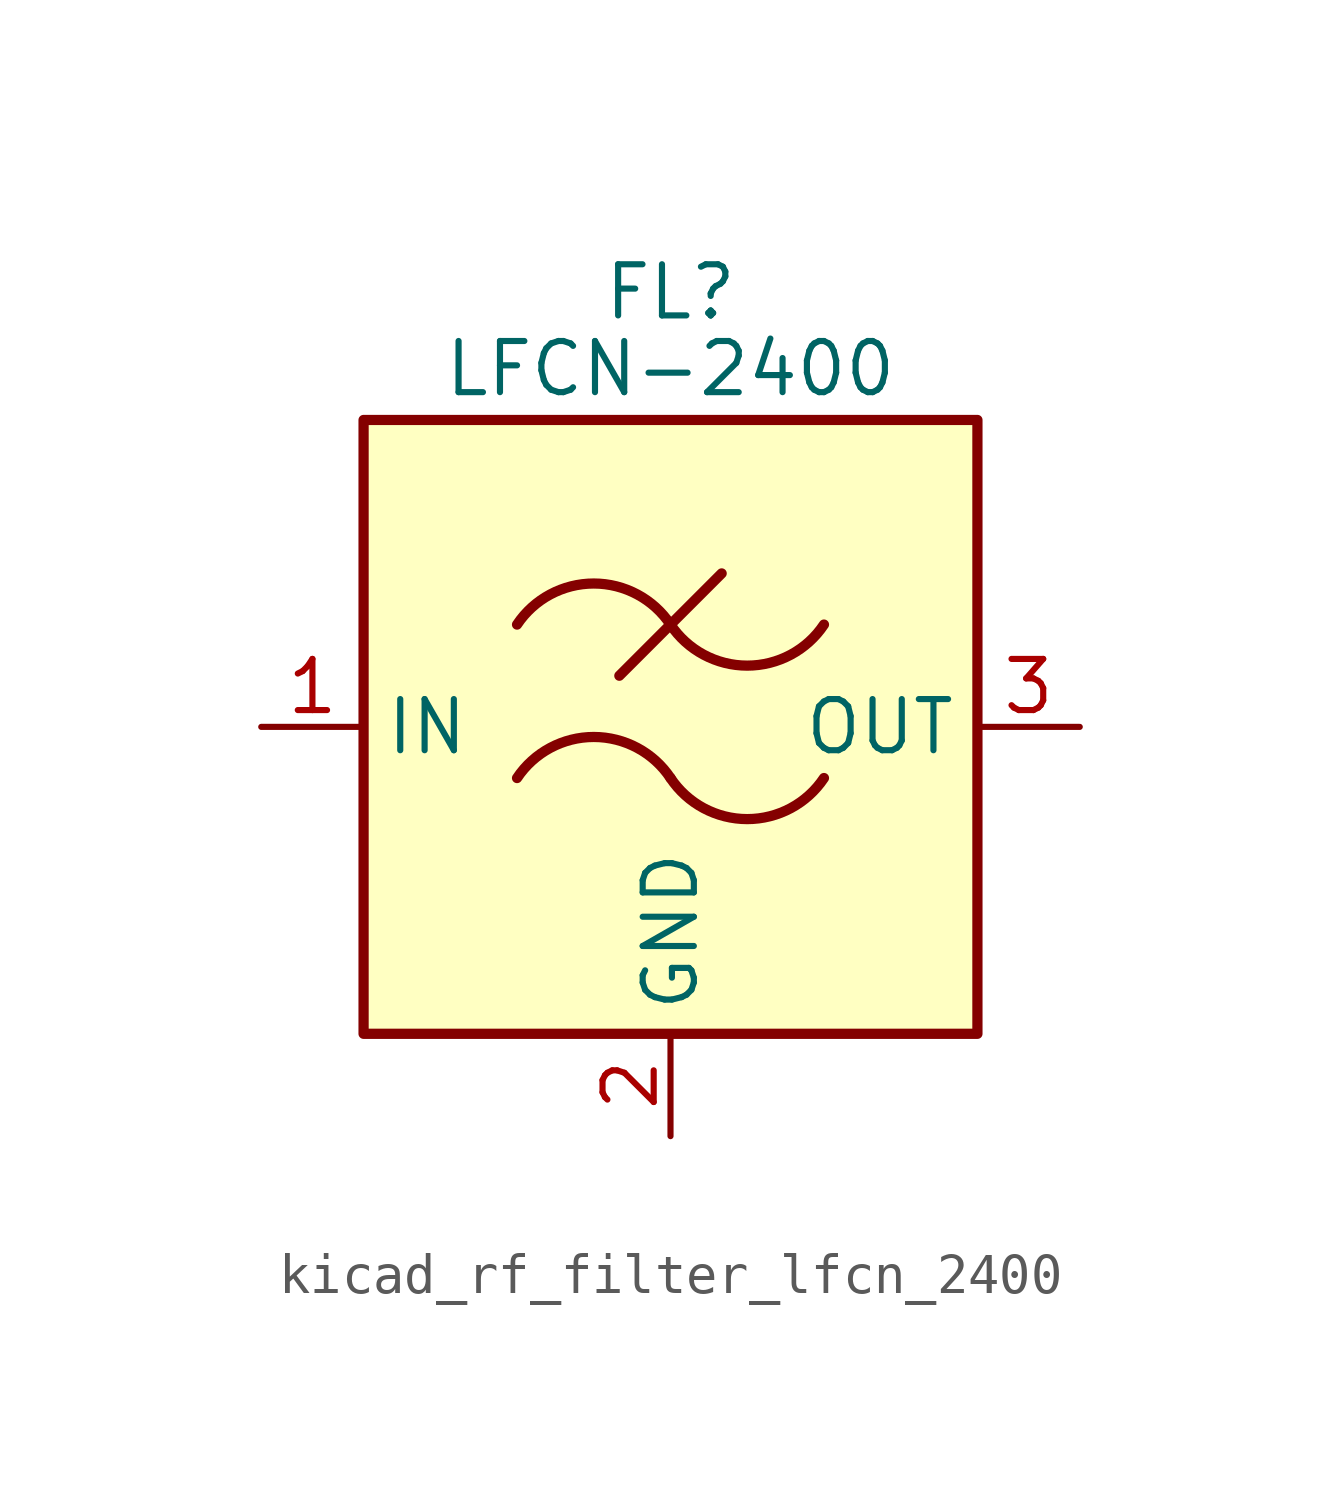
<source format=kicad_sym>
(kicad_symbol_lib
  (version 20220914)
  (generator kicad_symbol_editor)
  (symbol "kicad_rf_filter_lfcn_2400"
    (property "Reference" "FL"
      (at 0 10.795 0)
      (effects (font (size 1.27 1.27))))
    (property "Value" "LFCN-2400"
      (at 0 8.89 0)
      (effects (font (size 1.27 1.27))))
    (symbol "kicad_rf_filter_lfcn_2400_0_1"
      (rectangle (start -7.62 7.62) (end 7.62 -7.62) (stroke (width 0.254) (type default)) (fill (type background)))
      (arc (start 0 -1.27) (mid -1.905 -0.2505) (end -3.81 -1.27) (stroke (width 0.254) (type default)) (fill (type none)))
      (arc (start 0 -1.27) (mid 1.905 -2.2895) (end 3.81 -1.27) (stroke (width 0.254) (type default)) (fill (type none)))
      (polyline (pts (xy -1.27 1.27) (xy 1.27 3.81)) (stroke (width 0.254) (type default)) (fill (type none)))
      (arc (start 0 2.54) (mid -1.905 3.5595) (end -3.81 2.54) (stroke (width 0.254) (type default)) (fill (type none)))
      (arc (start 0 2.54) (mid 1.905 1.5205) (end 3.81 2.54) (stroke (width 0.254) (type default)) (fill (type none))))
    (symbol "kicad_rf_filter_lfcn_2400_1_1"
      (pin passive line (at -10.16 0 0) (length 2.54) (name "IN" (effects (font (size 1.27 1.27)))) (number "1" (effects (font (size 1.27 1.27)))))
      (pin passive line (at 0 -10.16 90) (length 2.54) (name "GND" (effects (font (size 1.27 1.27)))) (number "2" (effects (font (size 1.27 1.27)))))
      (pin passive line (at 10.16 0 180) (length 2.54) (name "OUT" (effects (font (size 1.27 1.27)))) (number "3" (effects (font (size 1.27 1.27)))))
      (pin passive line (at 0 -10.16 90) (length 2.54) hide (name "GND" (effects (font (size 1.27 1.27)))) (number "4" (effects (font (size 1.27 1.27))))))))
</source>
